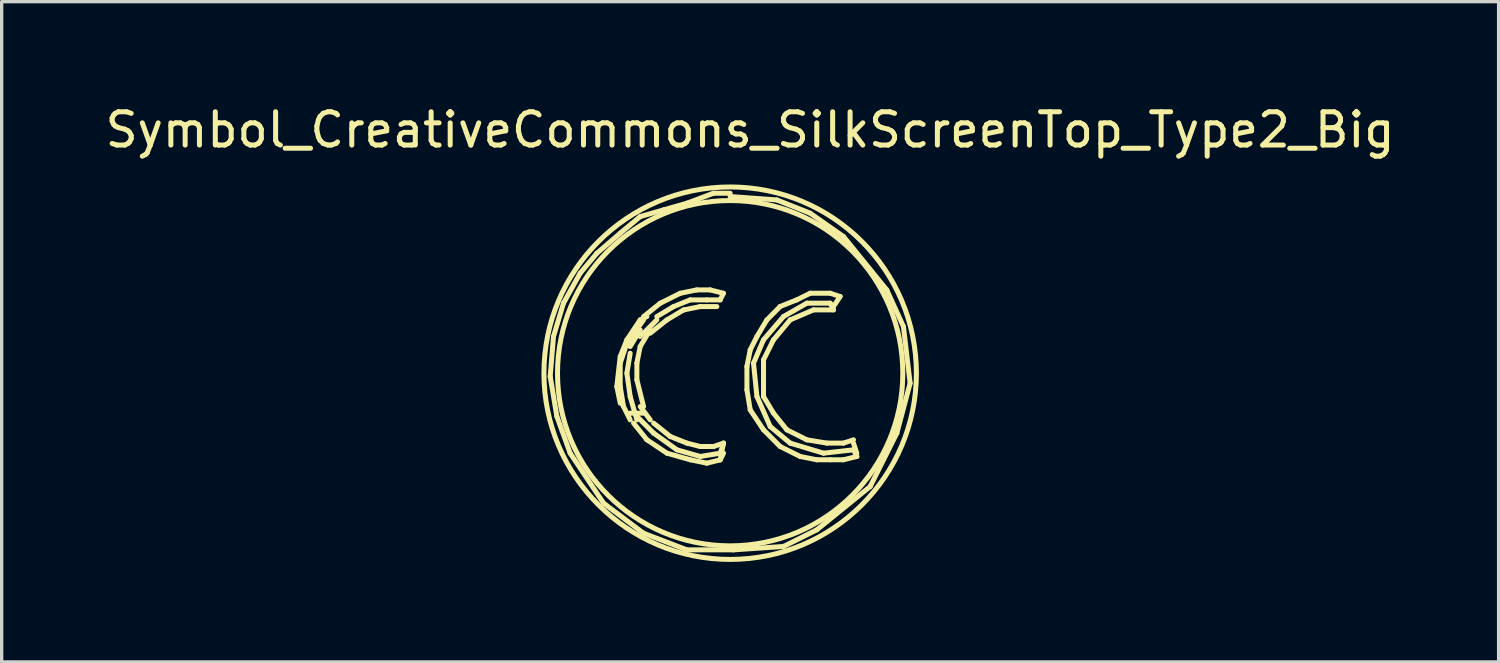
<source format=kicad_pcb>
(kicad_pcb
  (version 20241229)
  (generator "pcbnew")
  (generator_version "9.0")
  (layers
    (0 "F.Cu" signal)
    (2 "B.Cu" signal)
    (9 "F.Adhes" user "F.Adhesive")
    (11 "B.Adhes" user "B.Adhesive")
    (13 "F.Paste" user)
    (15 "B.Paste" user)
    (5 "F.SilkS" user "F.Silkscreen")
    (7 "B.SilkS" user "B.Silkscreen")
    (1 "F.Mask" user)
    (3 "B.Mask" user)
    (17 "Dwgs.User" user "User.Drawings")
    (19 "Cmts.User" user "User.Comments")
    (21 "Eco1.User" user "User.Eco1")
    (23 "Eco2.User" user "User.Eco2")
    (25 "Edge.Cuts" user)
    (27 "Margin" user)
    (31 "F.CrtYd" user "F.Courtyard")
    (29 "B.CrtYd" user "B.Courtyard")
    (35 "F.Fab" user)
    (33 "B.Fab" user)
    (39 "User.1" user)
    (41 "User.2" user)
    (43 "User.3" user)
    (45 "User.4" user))
  (footprint "Symbol_CreativeCommons_SilkScreenTop_Type2_Big"
    (layer "F.Cu")
    (at 18.859 8.148)
    (property "Reference" "Symbol_CreativeCommons_SilkScreenTop_Type2_Big" (at 0.599 -7.3 0) (layer "F.SilkS") (effects (font (size 1 1) (thickness 0.15))))
    (attr through_hole)
    (fp_line (start -5.4 0.099) (end -5.199 1.3) (stroke (width 0.15) (type solid)) (layer "F.SilkS"))
    (fp_line (start -5.301 -1.1) (end -5.4 0.099) (stroke (width 0.15) (type solid)) (layer "F.SilkS"))
    (fp_line (start -5.199 1.3) (end -4.801 2.4) (stroke (width 0.15) (type solid)) (layer "F.SilkS"))
    (fp_line (start -5.001 -2.101) (end -5.301 -1.1) (stroke (width 0.15) (type solid)) (layer "F.SilkS"))
    (fp_line (start -4.801 2.4) (end -3.8 3.899) (stroke (width 0.15) (type solid)) (layer "F.SilkS"))
    (fp_line (start -4.501 -3) (end -5.001 -2.101) (stroke (width 0.15) (type solid)) (layer "F.SilkS"))
    (fp_line (start -4 -3.599) (end -4.501 -3) (stroke (width 0.15) (type solid)) (layer "F.SilkS"))
    (fp_line (start -3.8 3.899) (end -2.601 4.801) (stroke (width 0.15) (type solid)) (layer "F.SilkS"))
    (fp_line (start -3.401 0.399) (end -3.299 0.899) (stroke (width 0.15) (type solid)) (layer "F.SilkS"))
    (fp_line (start -3.299 -4.201) (end -4 -3.599) (stroke (width 0.15) (type solid)) (layer "F.SilkS"))
    (fp_line (start -3.299 -0.5) (end -3.401 0.399) (stroke (width 0.15) (type solid)) (layer "F.SilkS"))
    (fp_line (start -3.299 -0.3) (end -3.299 0.401) (stroke (width 0.15) (type solid)) (layer "F.SilkS"))
    (fp_line (start -3.299 0.401) (end -3.2 1.001) (stroke (width 0.15) (type solid)) (layer "F.SilkS"))
    (fp_line (start -3.299 0.8) (end -3 1.4) (stroke (width 0.15) (type solid)) (layer "F.SilkS"))
    (fp_line (start -3.099 -1.001) (end -3.299 -0.5) (stroke (width 0.15) (type solid)) (layer "F.SilkS"))
    (fp_line (start -3.099 -0.899) (end -3.299 -0.3) (stroke (width 0.15) (type solid)) (layer "F.SilkS"))
    (fp_line (start -3.099 0) (end -3 -0.599) (stroke (width 0.15) (type solid)) (layer "F.SilkS"))
    (fp_line (start -3 -0.8) (end -2.7 -1.3) (stroke (width 0.15) (type solid)) (layer "F.SilkS"))
    (fp_line (start -3 0.701) (end -3.099 0) (stroke (width 0.15) (type solid)) (layer "F.SilkS"))
    (fp_line (start -2.997 1.199) (end -2.598 1.199) (stroke (width 0.15) (type solid)) (layer "F.SilkS"))
    (fp_line (start -2.898 1.499) (end -2.497 1.999) (stroke (width 0.15) (type solid)) (layer "F.SilkS"))
    (fp_line (start -2.799 -0.3) (end -2.799 0.201) (stroke (width 0.15) (type solid)) (layer "F.SilkS"))
    (fp_line (start -2.799 0.201) (end -2.598 1.001) (stroke (width 0.15) (type solid)) (layer "F.SilkS"))
    (fp_line (start -2.799 1.4) (end -3 0.701) (stroke (width 0.15) (type solid)) (layer "F.SilkS"))
    (fp_line (start -2.7 -4.699) (end -3.299 -4.201) (stroke (width 0.15) (type solid)) (layer "F.SilkS"))
    (fp_line (start -2.7 -1.6) (end -3.099 -1.001) (stroke (width 0.15) (type solid)) (layer "F.SilkS"))
    (fp_line (start -2.7 -1.1) (end -2.2 -1.6) (stroke (width 0.15) (type solid)) (layer "F.SilkS"))
    (fp_line (start -2.7 -0.8) (end -2.799 -0.3) (stroke (width 0.15) (type solid)) (layer "F.SilkS"))
    (fp_line (start -2.697 1.001) (end -2.398 1.4) (stroke (width 0.15) (type solid)) (layer "F.SilkS"))
    (fp_line (start -2.601 4.801) (end -1.3 5.301) (stroke (width 0.15) (type solid)) (layer "F.SilkS"))
    (fp_line (start -2.598 -1.6) (end -3.099 -0.899) (stroke (width 0.15) (type solid)) (layer "F.SilkS"))
    (fp_line (start -2.499 -1.699) (end -2.7 -1.6) (stroke (width 0.15) (type solid)) (layer "F.SilkS"))
    (fp_line (start -2.497 1.999) (end -1.897 2.4) (stroke (width 0.15) (type solid)) (layer "F.SilkS"))
    (fp_line (start -2.4 -1.3) (end -2.7 -0.8) (stroke (width 0.15) (type solid)) (layer "F.SilkS"))
    (fp_line (start -2.296 1.499) (end -1.796 1.9) (stroke (width 0.15) (type solid)) (layer "F.SilkS"))
    (fp_line (start -2.296 1.798) (end -2.797 1.298) (stroke (width 0.15) (type solid)) (layer "F.SilkS"))
    (fp_line (start -2.2 -1.699) (end -1.699 -1.999) (stroke (width 0.15) (type solid)) (layer "F.SilkS"))
    (fp_line (start -2.101 -2.098) (end -2.598 -1.699) (stroke (width 0.15) (type solid)) (layer "F.SilkS"))
    (fp_line (start -1.999 -4.9) (end -2.7 -4.699) (stroke (width 0.15) (type solid)) (layer "F.SilkS"))
    (fp_line (start -1.9 -1.598) (end -2.4 -1.199) (stroke (width 0.15) (type solid)) (layer "F.SilkS"))
    (fp_line (start -1.897 2.4) (end -1.196 2.598) (stroke (width 0.15) (type solid)) (layer "F.SilkS"))
    (fp_line (start -1.796 1.9) (end -1.298 2.098) (stroke (width 0.15) (type solid)) (layer "F.SilkS"))
    (fp_line (start -1.699 -1.999) (end -1.199 -2.2) (stroke (width 0.15) (type solid)) (layer "F.SilkS"))
    (fp_line (start -1.598 2.299) (end -2.296 1.798) (stroke (width 0.15) (type solid)) (layer "F.SilkS"))
    (fp_line (start -1.499 -2.398) (end -2.101 -2.098) (stroke (width 0.15) (type solid)) (layer "F.SilkS"))
    (fp_line (start -1.4 -1.897) (end -1.9 -1.598) (stroke (width 0.15) (type solid)) (layer "F.SilkS"))
    (fp_line (start -1.3 -5.1) (end -1.999 -4.9) (stroke (width 0.15) (type solid)) (layer "F.SilkS"))
    (fp_line (start -1.3 5.301) (end 0.099 5.301) (stroke (width 0.15) (type solid)) (layer "F.SilkS"))
    (fp_line (start -1.298 2.098) (end -0.897 2.2) (stroke (width 0.15) (type solid)) (layer "F.SilkS"))
    (fp_line (start -1.199 -2.2) (end -0.699 -2.2) (stroke (width 0.15) (type solid)) (layer "F.SilkS"))
    (fp_line (start -1.196 2.598) (end -0.696 2.7) (stroke (width 0.15) (type solid)) (layer "F.SilkS"))
    (fp_line (start -1.001 -2.499) (end -1.499 -2.398) (stroke (width 0.15) (type solid)) (layer "F.SilkS"))
    (fp_line (start -0.899 -1.999) (end -1.4 -1.897) (stroke (width 0.15) (type solid)) (layer "F.SilkS"))
    (fp_line (start -0.897 2.2) (end -0.498 2.2) (stroke (width 0.15) (type solid)) (layer "F.SilkS"))
    (fp_line (start -0.897 2.499) (end -1.598 2.299) (stroke (width 0.15) (type solid)) (layer "F.SilkS"))
    (fp_line (start -0.701 2.7) (end -0.3 2.601) (stroke (width 0.15) (type solid)) (layer "F.SilkS"))
    (fp_line (start -0.699 -2.2) (end -0.3 -2.2) (stroke (width 0.15) (type solid)) (layer "F.SilkS"))
    (fp_line (start -0.599 -2.499) (end -1.001 -2.499) (stroke (width 0.15) (type solid)) (layer "F.SilkS"))
    (fp_line (start -0.5 -5.4) (end -1.3 -5.1) (stroke (width 0.15) (type solid)) (layer "F.SilkS"))
    (fp_line (start -0.498 2.2) (end -0.198 2.098) (stroke (width 0.15) (type solid)) (layer "F.SilkS"))
    (fp_line (start -0.399 -1.999) (end -0.899 -1.999) (stroke (width 0.15) (type solid)) (layer "F.SilkS"))
    (fp_line (start -0.3 -2.2) (end -0.201 -2.398) (stroke (width 0.15) (type solid)) (layer "F.SilkS"))
    (fp_line (start -0.3 2.601) (end -0.201 2.101) (stroke (width 0.15) (type solid)) (layer "F.SilkS"))
    (fp_line (start -0.297 2.4) (end -0.897 2.499) (stroke (width 0.15) (type solid)) (layer "F.SilkS"))
    (fp_line (start -0.201 -2.398) (end -0.599 -2.499) (stroke (width 0.15) (type solid)) (layer "F.SilkS"))
    (fp_line (start -0.198 2.098) (end -0.297 2.4) (stroke (width 0.15) (type solid)) (layer "F.SilkS"))
    (fp_line (start -0.198 2.4) (end -0.297 2.598) (stroke (width 0.15) (type solid)) (layer "F.SilkS"))
    (fp_line (start 0 -5.4) (end -0.5 -5.4) (stroke (width 0.15) (type solid)) (layer "F.SilkS"))
    (fp_line (start 0.099 5.301) (end 1.6 5.199) (stroke (width 0.15) (type solid)) (layer "F.SilkS"))
    (fp_line (start 0.503 -0.201) (end 0.503 0.498) (stroke (width 0.15) (type solid)) (layer "F.SilkS"))
    (fp_line (start 0.503 0.498) (end 0.602 1.1) (stroke (width 0.15) (type solid)) (layer "F.SilkS"))
    (fp_line (start 0.602 -0.701) (end 0.503 -0.201) (stroke (width 0.15) (type solid)) (layer "F.SilkS"))
    (fp_line (start 0.602 1.1) (end 1.001 1.699) (stroke (width 0.15) (type solid)) (layer "F.SilkS"))
    (fp_line (start 0.701 -0.3) (end 1.001 -1.001) (stroke (width 0.15) (type solid)) (layer "F.SilkS"))
    (fp_line (start 0.803 -1.1) (end 0.602 -0.701) (stroke (width 0.15) (type solid)) (layer "F.SilkS"))
    (fp_line (start 0.803 0.699) (end 0.701 -0.3) (stroke (width 0.15) (type solid)) (layer "F.SilkS"))
    (fp_line (start 1.001 -1.001) (end 1.603 -1.702) (stroke (width 0.15) (type solid)) (layer "F.SilkS"))
    (fp_line (start 1.001 -0.401) (end 1.001 0.099) (stroke (width 0.15) (type solid)) (layer "F.SilkS"))
    (fp_line (start 1.001 0.099) (end 1.001 0.699) (stroke (width 0.15) (type solid)) (layer "F.SilkS"))
    (fp_line (start 1.001 0.699) (end 1.3 1.199) (stroke (width 0.15) (type solid)) (layer "F.SilkS"))
    (fp_line (start 1.001 1.699) (end 1.501 2.2) (stroke (width 0.15) (type solid)) (layer "F.SilkS"))
    (fp_line (start 1.102 -1.6) (end 0.803 -1.1) (stroke (width 0.15) (type solid)) (layer "F.SilkS"))
    (fp_line (start 1.201 1.6) (end 0.803 0.699) (stroke (width 0.15) (type solid)) (layer "F.SilkS"))
    (fp_line (start 1.3 -1.001) (end 1.001 -0.401) (stroke (width 0.15) (type solid)) (layer "F.SilkS"))
    (fp_line (start 1.3 1.199) (end 1.702 1.699) (stroke (width 0.15) (type solid)) (layer "F.SilkS"))
    (fp_line (start 1.4 -5.199) (end 0 -5.301) (stroke (width 0.15) (type solid)) (layer "F.SilkS"))
    (fp_line (start 1.501 -2.002) (end 1.102 -1.6) (stroke (width 0.15) (type solid)) (layer "F.SilkS"))
    (fp_line (start 1.501 2.2) (end 2.101 2.499) (stroke (width 0.15) (type solid)) (layer "F.SilkS"))
    (fp_line (start 1.6 5.199) (end 2.601 4.699) (stroke (width 0.15) (type solid)) (layer "F.SilkS"))
    (fp_line (start 1.603 -1.702) (end 2.301 -2.101) (stroke (width 0.15) (type solid)) (layer "F.SilkS"))
    (fp_line (start 1.702 1.699) (end 2.301 1.999) (stroke (width 0.15) (type solid)) (layer "F.SilkS"))
    (fp_line (start 1.801 -1.6) (end 1.3 -1.001) (stroke (width 0.15) (type solid)) (layer "F.SilkS"))
    (fp_line (start 1.801 2.098) (end 1.201 1.6) (stroke (width 0.15) (type solid)) (layer "F.SilkS"))
    (fp_line (start 2.002 -2.202) (end 1.501 -2.002) (stroke (width 0.15) (type solid)) (layer "F.SilkS"))
    (fp_line (start 2.101 2.499) (end 2.601 2.598) (stroke (width 0.15) (type solid)) (layer "F.SilkS"))
    (fp_line (start 2.301 -2.101) (end 3.002 -2.101) (stroke (width 0.15) (type solid)) (layer "F.SilkS"))
    (fp_line (start 2.301 1.999) (end 2.901 2.098) (stroke (width 0.15) (type solid)) (layer "F.SilkS"))
    (fp_line (start 2.4 -4.801) (end 1.4 -5.199) (stroke (width 0.15) (type solid)) (layer "F.SilkS"))
    (fp_line (start 2.403 -2.4) (end 2.002 -2.202) (stroke (width 0.15) (type solid)) (layer "F.SilkS"))
    (fp_line (start 2.502 -1.9) (end 1.801 -1.6) (stroke (width 0.15) (type solid)) (layer "F.SilkS"))
    (fp_line (start 2.601 2.598) (end 3.002 2.598) (stroke (width 0.15) (type solid)) (layer "F.SilkS"))
    (fp_line (start 2.601 4.699) (end 4.201 3.401) (stroke (width 0.15) (type solid)) (layer "F.SilkS"))
    (fp_line (start 2.802 2.4) (end 1.801 2.098) (stroke (width 0.15) (type solid)) (layer "F.SilkS"))
    (fp_line (start 2.901 2.098) (end 3.401 2.098) (stroke (width 0.15) (type solid)) (layer "F.SilkS"))
    (fp_line (start 3 -2.4) (end 3.299 -2.301) (stroke (width 0.15) (type solid)) (layer "F.SilkS"))
    (fp_line (start 3.002 -2.4) (end 2.403 -2.4) (stroke (width 0.15) (type solid)) (layer "F.SilkS"))
    (fp_line (start 3.002 -2.101) (end 3.101 -1.9) (stroke (width 0.15) (type solid)) (layer "F.SilkS"))
    (fp_line (start 3.002 2.598) (end 3.401 2.598) (stroke (width 0.15) (type solid)) (layer "F.SilkS"))
    (fp_line (start 3.101 -1.9) (end 2.502 -1.9) (stroke (width 0.15) (type solid)) (layer "F.SilkS"))
    (fp_line (start 3.299 -2.301) (end 3.099 -1.999) (stroke (width 0.15) (type solid)) (layer "F.SilkS"))
    (fp_line (start 3.401 -4.1) (end 2.4 -4.801) (stroke (width 0.15) (type solid)) (layer "F.SilkS"))
    (fp_line (start 3.401 2.098) (end 3.701 1.999) (stroke (width 0.15) (type solid)) (layer "F.SilkS"))
    (fp_line (start 3.401 2.598) (end 3.802 2.499) (stroke (width 0.15) (type solid)) (layer "F.SilkS"))
    (fp_line (start 3.701 2.101) (end 3.8 2.4) (stroke (width 0.15) (type solid)) (layer "F.SilkS"))
    (fp_line (start 3.701 2.299) (end 2.802 2.4) (stroke (width 0.15) (type solid)) (layer "F.SilkS"))
    (fp_line (start 3.802 2.499) (end 3.701 2.299) (stroke (width 0.15) (type solid)) (layer "F.SilkS"))
    (fp_line (start 4.201 3.401) (end 5.001 1.801) (stroke (width 0.15) (type solid)) (layer "F.SilkS"))
    (fp_line (start 4.699 -2.499) (end 3.401 -4.1) (stroke (width 0.15) (type solid)) (layer "F.SilkS"))
    (fp_line (start 5.001 1.801) (end 5.4 0.3) (stroke (width 0.15) (type solid)) (layer "F.SilkS"))
    (fp_line (start 5.199 -1.4) (end 4.699 -2.499) (stroke (width 0.15) (type solid)) (layer "F.SilkS"))
    (fp_line (start 5.4 0.3) (end 5.199 -1.4) (stroke (width 0.15) (type solid)) (layer "F.SilkS"))
    (fp_circle (center 0 0) (end 5.08 1.016) (stroke (width 0.15) (type solid)) (fill no) (layer "F.SilkS"))
    (fp_circle (center 0 0) (end 5.588 0) (stroke (width 0.15) (type solid)) (fill no) (layer "F.SilkS")))
  (gr_rect
    (start -3 -3)
    (end 41.917 16.811)
    (stroke (width 0.1) (type default))
    (fill no)
    (layer "Edge.Cuts")))
</source>
